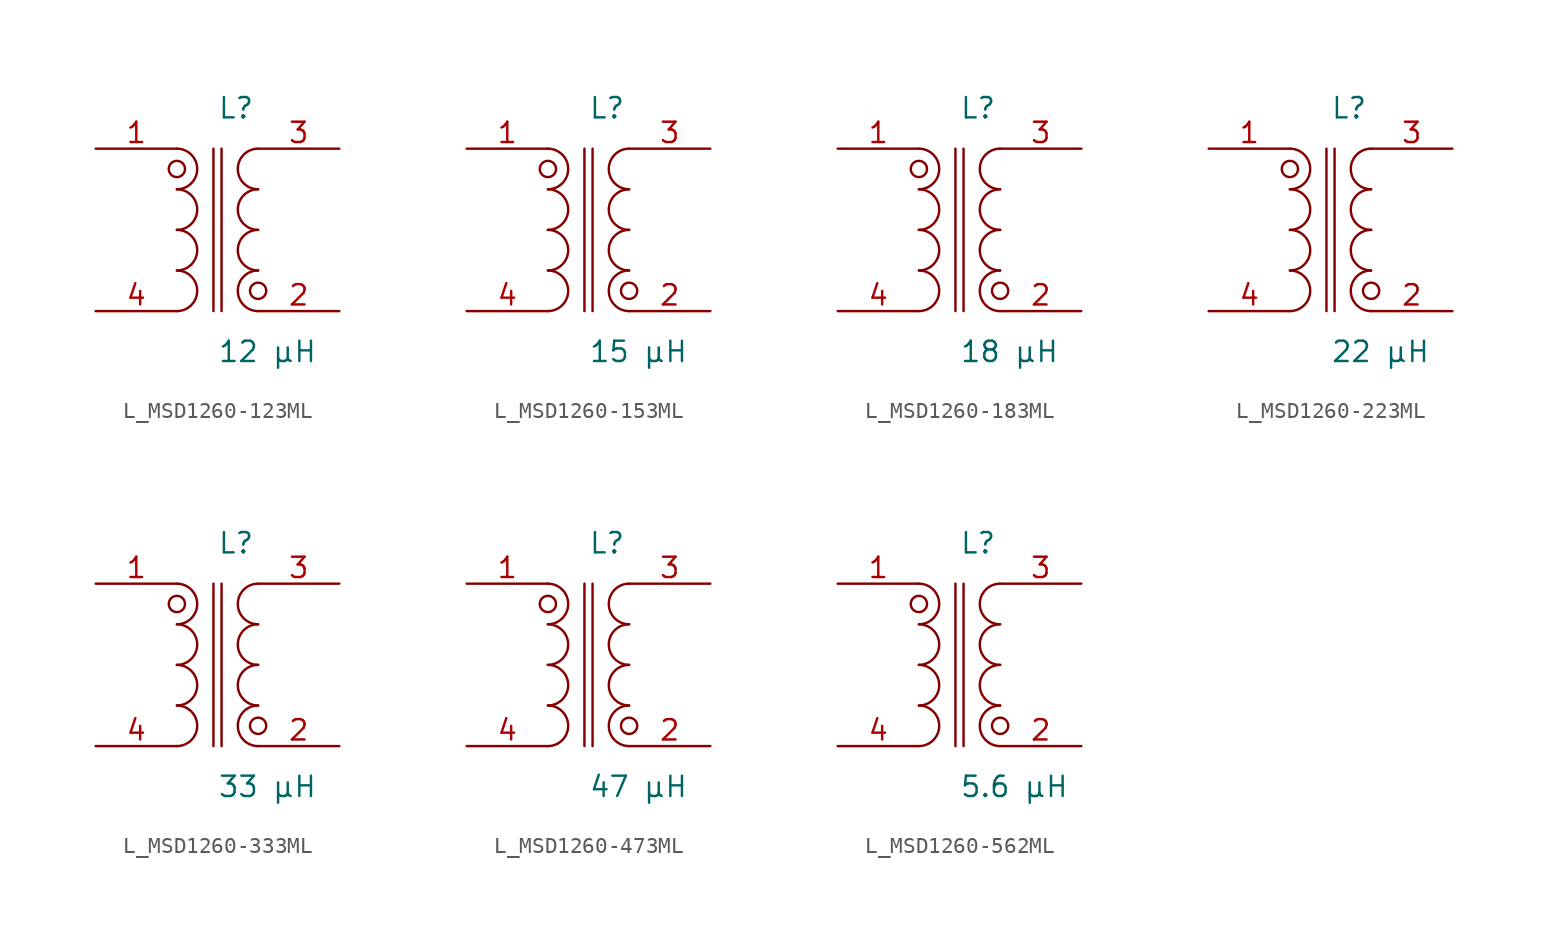
<source format=kicad_sym>
(kicad_symbol_lib
  (version 20231120)
  (generator kicad_symbol_editor)
  (generator_version 8.0)
  (symbol "L_MSD1260-123ML"
    (pin_names
      (offset 0.254))
    (property "Reference" "L"
      (at 0.0 7.62 0)
      (effects (font (size 1.27 1.27)) (justify left)))
    (property "Value" "12 µH"
      (at 0.0 -7.62 0)
      (effects (font (size 1.27 1.27)) (justify left)))
    (symbol "L_MSD1260-123ML_1_1"
      (arc (start -2.54 -5.08) (mid -1.27 -3.81) (end -2.54 -2.54) (stroke (width 0) (type default)) (fill (type none)))
      (arc (start -2.54 -2.54) (mid -1.27 -1.27) (end -2.54 0.0) (stroke (width 0) (type default)) (fill (type none)))
      (arc (start -2.54 0.0) (mid -1.27 1.27) (end -2.54 2.54) (stroke (width 0) (type default)) (fill (type none)))
      (arc (start -2.54 2.54) (mid -1.27 3.81) (end -2.54 5.08) (stroke (width 0) (type default)) (fill (type none)))
      (arc (start 2.54 5.08) (mid 1.27 3.81) (end 2.54 2.54) (stroke (width 0) (type default)) (fill (type none)))
      (arc (start 2.54 2.54) (mid 1.27 1.27) (end 2.54 0.0) (stroke (width 0) (type default)) (fill (type none)))
      (arc (start 2.54 0.0) (mid 1.27 -1.27) (end 2.54 -2.54) (stroke (width 0) (type default)) (fill (type none)))
      (arc (start 2.54 -2.54) (mid 1.27 -3.81) (end 2.54 -5.08) (stroke (width 0) (type default)) (fill (type none)))
      (circle (center -2.54 3.81) (radius 0.508) (stroke (width 0) (type default)) (fill (type none)))
      (circle (center 2.54 -3.81) (radius 0.508) (stroke (width 0) (type default)) (fill (type none)))
      (polyline (pts (xy -0.254 5.08) (xy -0.254 -5.08)) (stroke (width 0) (type default)) (fill (type none)))
      (polyline (pts (xy 0.254 5.08) (xy 0.254 -5.08)) (stroke (width 0) (type default)) (fill (type none)))
      (pin unspecified line (at -7.62 5.08 0) (length 5.08) (name "" (effects (font (size 1.27 1.27)))) (number "1" (effects (font (size 1.27 1.27)))))
      (pin unspecified line (at -7.62 -5.08 0) (length 5.08) (name "" (effects (font (size 1.27 1.27)))) (number "4" (effects (font (size 1.27 1.27)))))
      (pin unspecified line (at 7.62 5.08 180) (length 5.08) (name "" (effects (font (size 1.27 1.27)))) (number "3" (effects (font (size 1.27 1.27)))))
      (pin unspecified line (at 7.62 -5.08 180) (length 5.08) (name "" (effects (font (size 1.27 1.27)))) (number "2" (effects (font (size 1.27 1.27)))))))
  (symbol "L_MSD1260-153ML"
    (pin_names
      (offset 0.254))
    (property "Reference" "L"
      (at 0.0 7.62 0)
      (effects (font (size 1.27 1.27)) (justify left)))
    (property "Value" "15 µH"
      (at 0.0 -7.62 0)
      (effects (font (size 1.27 1.27)) (justify left)))
    (symbol "L_MSD1260-153ML_1_1"
      (arc (start -2.54 -5.08) (mid -1.27 -3.81) (end -2.54 -2.54) (stroke (width 0) (type default)) (fill (type none)))
      (arc (start -2.54 -2.54) (mid -1.27 -1.27) (end -2.54 0.0) (stroke (width 0) (type default)) (fill (type none)))
      (arc (start -2.54 0.0) (mid -1.27 1.27) (end -2.54 2.54) (stroke (width 0) (type default)) (fill (type none)))
      (arc (start -2.54 2.54) (mid -1.27 3.81) (end -2.54 5.08) (stroke (width 0) (type default)) (fill (type none)))
      (arc (start 2.54 5.08) (mid 1.27 3.81) (end 2.54 2.54) (stroke (width 0) (type default)) (fill (type none)))
      (arc (start 2.54 2.54) (mid 1.27 1.27) (end 2.54 0.0) (stroke (width 0) (type default)) (fill (type none)))
      (arc (start 2.54 0.0) (mid 1.27 -1.27) (end 2.54 -2.54) (stroke (width 0) (type default)) (fill (type none)))
      (arc (start 2.54 -2.54) (mid 1.27 -3.81) (end 2.54 -5.08) (stroke (width 0) (type default)) (fill (type none)))
      (circle (center -2.54 3.81) (radius 0.508) (stroke (width 0) (type default)) (fill (type none)))
      (circle (center 2.54 -3.81) (radius 0.508) (stroke (width 0) (type default)) (fill (type none)))
      (polyline (pts (xy -0.254 5.08) (xy -0.254 -5.08)) (stroke (width 0) (type default)) (fill (type none)))
      (polyline (pts (xy 0.254 5.08) (xy 0.254 -5.08)) (stroke (width 0) (type default)) (fill (type none)))
      (pin unspecified line (at -7.62 5.08 0) (length 5.08) (name "" (effects (font (size 1.27 1.27)))) (number "1" (effects (font (size 1.27 1.27)))))
      (pin unspecified line (at -7.62 -5.08 0) (length 5.08) (name "" (effects (font (size 1.27 1.27)))) (number "4" (effects (font (size 1.27 1.27)))))
      (pin unspecified line (at 7.62 5.08 180) (length 5.08) (name "" (effects (font (size 1.27 1.27)))) (number "3" (effects (font (size 1.27 1.27)))))
      (pin unspecified line (at 7.62 -5.08 180) (length 5.08) (name "" (effects (font (size 1.27 1.27)))) (number "2" (effects (font (size 1.27 1.27)))))))
  (symbol "L_MSD1260-183ML"
    (pin_names
      (offset 0.254))
    (property "Reference" "L"
      (at 0.0 7.62 0)
      (effects (font (size 1.27 1.27)) (justify left)))
    (property "Value" "18 µH"
      (at 0.0 -7.62 0)
      (effects (font (size 1.27 1.27)) (justify left)))
    (symbol "L_MSD1260-183ML_1_1"
      (arc (start -2.54 -5.08) (mid -1.27 -3.81) (end -2.54 -2.54) (stroke (width 0) (type default)) (fill (type none)))
      (arc (start -2.54 -2.54) (mid -1.27 -1.27) (end -2.54 0.0) (stroke (width 0) (type default)) (fill (type none)))
      (arc (start -2.54 0.0) (mid -1.27 1.27) (end -2.54 2.54) (stroke (width 0) (type default)) (fill (type none)))
      (arc (start -2.54 2.54) (mid -1.27 3.81) (end -2.54 5.08) (stroke (width 0) (type default)) (fill (type none)))
      (arc (start 2.54 5.08) (mid 1.27 3.81) (end 2.54 2.54) (stroke (width 0) (type default)) (fill (type none)))
      (arc (start 2.54 2.54) (mid 1.27 1.27) (end 2.54 0.0) (stroke (width 0) (type default)) (fill (type none)))
      (arc (start 2.54 0.0) (mid 1.27 -1.27) (end 2.54 -2.54) (stroke (width 0) (type default)) (fill (type none)))
      (arc (start 2.54 -2.54) (mid 1.27 -3.81) (end 2.54 -5.08) (stroke (width 0) (type default)) (fill (type none)))
      (circle (center -2.54 3.81) (radius 0.508) (stroke (width 0) (type default)) (fill (type none)))
      (circle (center 2.54 -3.81) (radius 0.508) (stroke (width 0) (type default)) (fill (type none)))
      (polyline (pts (xy -0.254 5.08) (xy -0.254 -5.08)) (stroke (width 0) (type default)) (fill (type none)))
      (polyline (pts (xy 0.254 5.08) (xy 0.254 -5.08)) (stroke (width 0) (type default)) (fill (type none)))
      (pin unspecified line (at -7.62 5.08 0) (length 5.08) (name "" (effects (font (size 1.27 1.27)))) (number "1" (effects (font (size 1.27 1.27)))))
      (pin unspecified line (at -7.62 -5.08 0) (length 5.08) (name "" (effects (font (size 1.27 1.27)))) (number "4" (effects (font (size 1.27 1.27)))))
      (pin unspecified line (at 7.62 5.08 180) (length 5.08) (name "" (effects (font (size 1.27 1.27)))) (number "3" (effects (font (size 1.27 1.27)))))
      (pin unspecified line (at 7.62 -5.08 180) (length 5.08) (name "" (effects (font (size 1.27 1.27)))) (number "2" (effects (font (size 1.27 1.27)))))))
  (symbol "L_MSD1260-223ML"
    (pin_names
      (offset 0.254))
    (property "Reference" "L"
      (at 0.0 7.62 0)
      (effects (font (size 1.27 1.27)) (justify left)))
    (property "Value" "22 µH"
      (at 0.0 -7.62 0)
      (effects (font (size 1.27 1.27)) (justify left)))
    (symbol "L_MSD1260-223ML_1_1"
      (arc (start -2.54 -5.08) (mid -1.27 -3.81) (end -2.54 -2.54) (stroke (width 0) (type default)) (fill (type none)))
      (arc (start -2.54 -2.54) (mid -1.27 -1.27) (end -2.54 0.0) (stroke (width 0) (type default)) (fill (type none)))
      (arc (start -2.54 0.0) (mid -1.27 1.27) (end -2.54 2.54) (stroke (width 0) (type default)) (fill (type none)))
      (arc (start -2.54 2.54) (mid -1.27 3.81) (end -2.54 5.08) (stroke (width 0) (type default)) (fill (type none)))
      (arc (start 2.54 5.08) (mid 1.27 3.81) (end 2.54 2.54) (stroke (width 0) (type default)) (fill (type none)))
      (arc (start 2.54 2.54) (mid 1.27 1.27) (end 2.54 0.0) (stroke (width 0) (type default)) (fill (type none)))
      (arc (start 2.54 0.0) (mid 1.27 -1.27) (end 2.54 -2.54) (stroke (width 0) (type default)) (fill (type none)))
      (arc (start 2.54 -2.54) (mid 1.27 -3.81) (end 2.54 -5.08) (stroke (width 0) (type default)) (fill (type none)))
      (circle (center -2.54 3.81) (radius 0.508) (stroke (width 0) (type default)) (fill (type none)))
      (circle (center 2.54 -3.81) (radius 0.508) (stroke (width 0) (type default)) (fill (type none)))
      (polyline (pts (xy -0.254 5.08) (xy -0.254 -5.08)) (stroke (width 0) (type default)) (fill (type none)))
      (polyline (pts (xy 0.254 5.08) (xy 0.254 -5.08)) (stroke (width 0) (type default)) (fill (type none)))
      (pin unspecified line (at -7.62 5.08 0) (length 5.08) (name "" (effects (font (size 1.27 1.27)))) (number "1" (effects (font (size 1.27 1.27)))))
      (pin unspecified line (at -7.62 -5.08 0) (length 5.08) (name "" (effects (font (size 1.27 1.27)))) (number "4" (effects (font (size 1.27 1.27)))))
      (pin unspecified line (at 7.62 5.08 180) (length 5.08) (name "" (effects (font (size 1.27 1.27)))) (number "3" (effects (font (size 1.27 1.27)))))
      (pin unspecified line (at 7.62 -5.08 180) (length 5.08) (name "" (effects (font (size 1.27 1.27)))) (number "2" (effects (font (size 1.27 1.27)))))))
  (symbol "L_MSD1260-333ML"
    (pin_names
      (offset 0.254))
    (property "Reference" "L"
      (at 0.0 7.62 0)
      (effects (font (size 1.27 1.27)) (justify left)))
    (property "Value" "33 µH"
      (at 0.0 -7.62 0)
      (effects (font (size 1.27 1.27)) (justify left)))
    (symbol "L_MSD1260-333ML_1_1"
      (arc (start -2.54 -5.08) (mid -1.27 -3.81) (end -2.54 -2.54) (stroke (width 0) (type default)) (fill (type none)))
      (arc (start -2.54 -2.54) (mid -1.27 -1.27) (end -2.54 0.0) (stroke (width 0) (type default)) (fill (type none)))
      (arc (start -2.54 0.0) (mid -1.27 1.27) (end -2.54 2.54) (stroke (width 0) (type default)) (fill (type none)))
      (arc (start -2.54 2.54) (mid -1.27 3.81) (end -2.54 5.08) (stroke (width 0) (type default)) (fill (type none)))
      (arc (start 2.54 5.08) (mid 1.27 3.81) (end 2.54 2.54) (stroke (width 0) (type default)) (fill (type none)))
      (arc (start 2.54 2.54) (mid 1.27 1.27) (end 2.54 0.0) (stroke (width 0) (type default)) (fill (type none)))
      (arc (start 2.54 0.0) (mid 1.27 -1.27) (end 2.54 -2.54) (stroke (width 0) (type default)) (fill (type none)))
      (arc (start 2.54 -2.54) (mid 1.27 -3.81) (end 2.54 -5.08) (stroke (width 0) (type default)) (fill (type none)))
      (circle (center -2.54 3.81) (radius 0.508) (stroke (width 0) (type default)) (fill (type none)))
      (circle (center 2.54 -3.81) (radius 0.508) (stroke (width 0) (type default)) (fill (type none)))
      (polyline (pts (xy -0.254 5.08) (xy -0.254 -5.08)) (stroke (width 0) (type default)) (fill (type none)))
      (polyline (pts (xy 0.254 5.08) (xy 0.254 -5.08)) (stroke (width 0) (type default)) (fill (type none)))
      (pin unspecified line (at -7.62 5.08 0) (length 5.08) (name "" (effects (font (size 1.27 1.27)))) (number "1" (effects (font (size 1.27 1.27)))))
      (pin unspecified line (at -7.62 -5.08 0) (length 5.08) (name "" (effects (font (size 1.27 1.27)))) (number "4" (effects (font (size 1.27 1.27)))))
      (pin unspecified line (at 7.62 5.08 180) (length 5.08) (name "" (effects (font (size 1.27 1.27)))) (number "3" (effects (font (size 1.27 1.27)))))
      (pin unspecified line (at 7.62 -5.08 180) (length 5.08) (name "" (effects (font (size 1.27 1.27)))) (number "2" (effects (font (size 1.27 1.27)))))))
  (symbol "L_MSD1260-473ML"
    (pin_names
      (offset 0.254))
    (property "Reference" "L"
      (at 0.0 7.62 0)
      (effects (font (size 1.27 1.27)) (justify left)))
    (property "Value" "47 µH"
      (at 0.0 -7.62 0)
      (effects (font (size 1.27 1.27)) (justify left)))
    (symbol "L_MSD1260-473ML_1_1"
      (arc (start -2.54 -5.08) (mid -1.27 -3.81) (end -2.54 -2.54) (stroke (width 0) (type default)) (fill (type none)))
      (arc (start -2.54 -2.54) (mid -1.27 -1.27) (end -2.54 0.0) (stroke (width 0) (type default)) (fill (type none)))
      (arc (start -2.54 0.0) (mid -1.27 1.27) (end -2.54 2.54) (stroke (width 0) (type default)) (fill (type none)))
      (arc (start -2.54 2.54) (mid -1.27 3.81) (end -2.54 5.08) (stroke (width 0) (type default)) (fill (type none)))
      (arc (start 2.54 5.08) (mid 1.27 3.81) (end 2.54 2.54) (stroke (width 0) (type default)) (fill (type none)))
      (arc (start 2.54 2.54) (mid 1.27 1.27) (end 2.54 0.0) (stroke (width 0) (type default)) (fill (type none)))
      (arc (start 2.54 0.0) (mid 1.27 -1.27) (end 2.54 -2.54) (stroke (width 0) (type default)) (fill (type none)))
      (arc (start 2.54 -2.54) (mid 1.27 -3.81) (end 2.54 -5.08) (stroke (width 0) (type default)) (fill (type none)))
      (circle (center -2.54 3.81) (radius 0.508) (stroke (width 0) (type default)) (fill (type none)))
      (circle (center 2.54 -3.81) (radius 0.508) (stroke (width 0) (type default)) (fill (type none)))
      (polyline (pts (xy -0.254 5.08) (xy -0.254 -5.08)) (stroke (width 0) (type default)) (fill (type none)))
      (polyline (pts (xy 0.254 5.08) (xy 0.254 -5.08)) (stroke (width 0) (type default)) (fill (type none)))
      (pin unspecified line (at -7.62 5.08 0) (length 5.08) (name "" (effects (font (size 1.27 1.27)))) (number "1" (effects (font (size 1.27 1.27)))))
      (pin unspecified line (at -7.62 -5.08 0) (length 5.08) (name "" (effects (font (size 1.27 1.27)))) (number "4" (effects (font (size 1.27 1.27)))))
      (pin unspecified line (at 7.62 5.08 180) (length 5.08) (name "" (effects (font (size 1.27 1.27)))) (number "3" (effects (font (size 1.27 1.27)))))
      (pin unspecified line (at 7.62 -5.08 180) (length 5.08) (name "" (effects (font (size 1.27 1.27)))) (number "2" (effects (font (size 1.27 1.27)))))))
  (symbol "L_MSD1260-562ML"
    (pin_names
      (offset 0.254))
    (property "Reference" "L"
      (at 0.0 7.62 0)
      (effects (font (size 1.27 1.27)) (justify left)))
    (property "Value" "5.6 µH"
      (at 0.0 -7.62 0)
      (effects (font (size 1.27 1.27)) (justify left)))
    (symbol "L_MSD1260-562ML_1_1"
      (arc (start -2.54 -5.08) (mid -1.27 -3.81) (end -2.54 -2.54) (stroke (width 0) (type default)) (fill (type none)))
      (arc (start -2.54 -2.54) (mid -1.27 -1.27) (end -2.54 0.0) (stroke (width 0) (type default)) (fill (type none)))
      (arc (start -2.54 0.0) (mid -1.27 1.27) (end -2.54 2.54) (stroke (width 0) (type default)) (fill (type none)))
      (arc (start -2.54 2.54) (mid -1.27 3.81) (end -2.54 5.08) (stroke (width 0) (type default)) (fill (type none)))
      (arc (start 2.54 5.08) (mid 1.27 3.81) (end 2.54 2.54) (stroke (width 0) (type default)) (fill (type none)))
      (arc (start 2.54 2.54) (mid 1.27 1.27) (end 2.54 0.0) (stroke (width 0) (type default)) (fill (type none)))
      (arc (start 2.54 0.0) (mid 1.27 -1.27) (end 2.54 -2.54) (stroke (width 0) (type default)) (fill (type none)))
      (arc (start 2.54 -2.54) (mid 1.27 -3.81) (end 2.54 -5.08) (stroke (width 0) (type default)) (fill (type none)))
      (circle (center -2.54 3.81) (radius 0.508) (stroke (width 0) (type default)) (fill (type none)))
      (circle (center 2.54 -3.81) (radius 0.508) (stroke (width 0) (type default)) (fill (type none)))
      (polyline (pts (xy -0.254 5.08) (xy -0.254 -5.08)) (stroke (width 0) (type default)) (fill (type none)))
      (polyline (pts (xy 0.254 5.08) (xy 0.254 -5.08)) (stroke (width 0) (type default)) (fill (type none)))
      (pin unspecified line (at -7.62 5.08 0) (length 5.08) (name "" (effects (font (size 1.27 1.27)))) (number "1" (effects (font (size 1.27 1.27)))))
      (pin unspecified line (at -7.62 -5.08 0) (length 5.08) (name "" (effects (font (size 1.27 1.27)))) (number "4" (effects (font (size 1.27 1.27)))))
      (pin unspecified line (at 7.62 5.08 180) (length 5.08) (name "" (effects (font (size 1.27 1.27)))) (number "3" (effects (font (size 1.27 1.27)))))
      (pin unspecified line (at 7.62 -5.08 180) (length 5.08) (name "" (effects (font (size 1.27 1.27)))) (number "2" (effects (font (size 1.27 1.27))))))))
</source>
